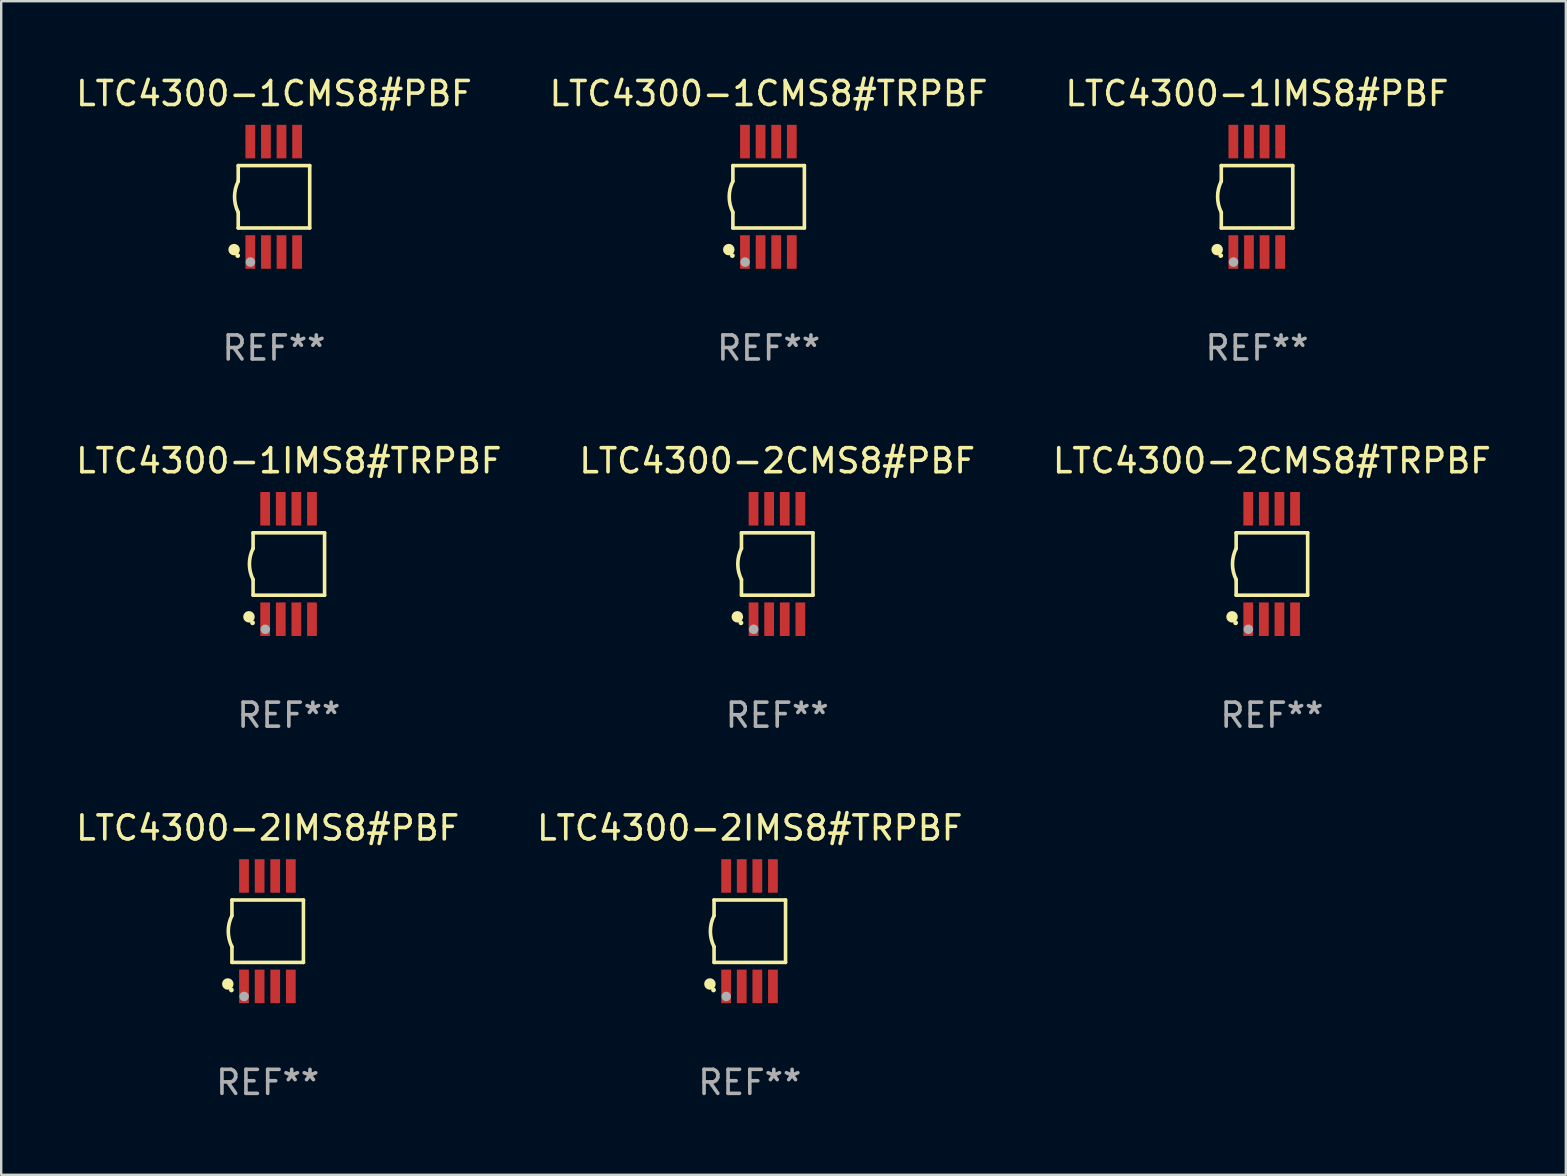
<source format=kicad_pcb>
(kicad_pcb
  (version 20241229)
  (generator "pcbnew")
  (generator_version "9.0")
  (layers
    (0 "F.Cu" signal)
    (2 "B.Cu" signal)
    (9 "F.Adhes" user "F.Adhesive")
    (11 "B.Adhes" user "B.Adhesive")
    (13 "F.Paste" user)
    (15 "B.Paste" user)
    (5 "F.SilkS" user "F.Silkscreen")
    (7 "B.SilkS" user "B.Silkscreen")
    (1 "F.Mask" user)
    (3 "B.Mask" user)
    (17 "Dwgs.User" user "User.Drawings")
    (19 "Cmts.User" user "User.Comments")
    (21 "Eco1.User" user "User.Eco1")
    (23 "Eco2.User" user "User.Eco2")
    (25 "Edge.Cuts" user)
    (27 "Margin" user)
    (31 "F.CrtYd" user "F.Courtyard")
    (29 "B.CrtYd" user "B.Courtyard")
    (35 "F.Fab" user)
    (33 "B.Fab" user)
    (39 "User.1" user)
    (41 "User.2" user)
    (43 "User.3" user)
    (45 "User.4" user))
  (footprint "LTC4300-1CMS8#PBF"
    (layer "F.Cu")
    (at 8.363 5.148)
    (property "Reference" "LTC4300-1CMS8#PBF" (at 0 -4.3 0) (layer "F.SilkS") (effects (font (size 1 1) (thickness 0.15))))
    (attr through_hole)
    (fp_line (start -1.489 -1.3) (end -1.489 -0.648) (stroke (width 0.15) (type solid)) (layer "F.SilkS"))
    (fp_line (start -1.489 0.648) (end -1.489 1.3) (stroke (width 0.15) (type solid)) (layer "F.SilkS"))
    (fp_line (start -1.489 1.3) (end 1.489 1.3) (stroke (width 0.15) (type solid)) (layer "F.SilkS"))
    (fp_line (start 1.489 -1.3) (end -1.489 -1.3) (stroke (width 0.15) (type solid)) (layer "F.SilkS"))
    (fp_line (start 1.489 1.3) (end 1.489 -1.3) (stroke (width 0.15) (type solid)) (layer "F.SilkS"))
    (fp_arc (start -1.489205 0.647702) (mid -1.642107 0) (end -1.489205 -0.647701) (stroke (width 0.150013) (type solid)) (layer "F.SilkS"))
    (fp_circle (center -1.661 2.2) (end -1.541 2.2) (stroke (width 0.24) (type solid)) (fill no) (layer "F.SilkS"))
    (fp_circle (center -1.511 2.45) (end -1.461 2.45) (stroke (width 0.1) (type solid)) (fill no) (layer "F.SilkS"))
    (fp_circle (center -0.981 2.72) (end -0.881 2.72) (stroke (width 0.2) (type solid)) (fill no) (layer "F.Fab"))
    (fp_text user "REF**" (at 0 6.3 0) (layer "F.Fab") (effects (font (size 1 1) (thickness 0.15))))
    (pad "1" smd rect (at -0.986 2.3) (size 0.406 1.397) (layers "F.Cu" "F.Mask" "F.Paste"))
    (pad "2" smd rect (at -0.336 2.3) (size 0.406 1.397) (layers "F.Cu" "F.Mask" "F.Paste"))
    (pad "3" smd rect (at 0.314 2.3) (size 0.406 1.397) (layers "F.Cu" "F.Mask" "F.Paste"))
    (pad "4" smd rect (at 0.964 2.3) (size 0.406 1.397) (layers "F.Cu" "F.Mask" "F.Paste"))
    (pad "5" smd rect (at 0.964 -2.3) (size 0.406 1.397) (layers "F.Cu" "F.Mask" "F.Paste"))
    (pad "6" smd rect (at 0.314 -2.3) (size 0.406 1.397) (layers "F.Cu" "F.Mask" "F.Paste"))
    (pad "7" smd rect (at -0.336 -2.3) (size 0.406 1.397) (layers "F.Cu" "F.Mask" "F.Paste"))
    (pad "8" smd rect (at -0.986 -2.3) (size 0.406 1.397) (layers "F.Cu" "F.Mask" "F.Paste")))
  (footprint "LTC4300-1IMS8#PBF"
    (layer "F.Cu")
    (at 49.315 5.148)
    (property "Reference" "LTC4300-1IMS8#PBF" (at 0 -4.3 0) (layer "F.SilkS") (effects (font (size 1 1) (thickness 0.15))))
    (attr through_hole)
    (fp_line (start -1.489 -1.3) (end -1.489 -0.648) (stroke (width 0.15) (type solid)) (layer "F.SilkS"))
    (fp_line (start -1.489 0.648) (end -1.489 1.3) (stroke (width 0.15) (type solid)) (layer "F.SilkS"))
    (fp_line (start -1.489 1.3) (end 1.489 1.3) (stroke (width 0.15) (type solid)) (layer "F.SilkS"))
    (fp_line (start 1.489 -1.3) (end -1.489 -1.3) (stroke (width 0.15) (type solid)) (layer "F.SilkS"))
    (fp_line (start 1.489 1.3) (end 1.489 -1.3) (stroke (width 0.15) (type solid)) (layer "F.SilkS"))
    (fp_arc (start -1.489205 0.647702) (mid -1.642107 0) (end -1.489205 -0.647701) (stroke (width 0.150013) (type solid)) (layer "F.SilkS"))
    (fp_circle (center -1.661 2.2) (end -1.541 2.2) (stroke (width 0.24) (type solid)) (fill no) (layer "F.SilkS"))
    (fp_circle (center -1.511 2.45) (end -1.461 2.45) (stroke (width 0.1) (type solid)) (fill no) (layer "F.SilkS"))
    (fp_circle (center -0.981 2.72) (end -0.881 2.72) (stroke (width 0.2) (type solid)) (fill no) (layer "F.Fab"))
    (fp_text user "REF**" (at 0 6.3 0) (layer "F.Fab") (effects (font (size 1 1) (thickness 0.15))))
    (pad "1" smd rect (at -0.986 2.3) (size 0.406 1.397) (layers "F.Cu" "F.Mask" "F.Paste"))
    (pad "2" smd rect (at -0.336 2.3) (size 0.406 1.397) (layers "F.Cu" "F.Mask" "F.Paste"))
    (pad "3" smd rect (at 0.314 2.3) (size 0.406 1.397) (layers "F.Cu" "F.Mask" "F.Paste"))
    (pad "4" smd rect (at 0.964 2.3) (size 0.406 1.397) (layers "F.Cu" "F.Mask" "F.Paste"))
    (pad "5" smd rect (at 0.964 -2.3) (size 0.406 1.397) (layers "F.Cu" "F.Mask" "F.Paste"))
    (pad "6" smd rect (at 0.314 -2.3) (size 0.406 1.397) (layers "F.Cu" "F.Mask" "F.Paste"))
    (pad "7" smd rect (at -0.336 -2.3) (size 0.406 1.397) (layers "F.Cu" "F.Mask" "F.Paste"))
    (pad "8" smd rect (at -0.986 -2.3) (size 0.406 1.397) (layers "F.Cu" "F.Mask" "F.Paste")))
  (footprint "LTC4300-1IMS8#TRPBF"
    (layer "F.Cu")
    (at 8.982 20.445)
    (property "Reference" "LTC4300-1IMS8#TRPBF" (at 0 -4.3 0) (layer "F.SilkS") (effects (font (size 1 1) (thickness 0.15))))
    (attr through_hole)
    (fp_line (start -1.489 -1.3) (end -1.489 -0.648) (stroke (width 0.15) (type solid)) (layer "F.SilkS"))
    (fp_line (start -1.489 0.648) (end -1.489 1.3) (stroke (width 0.15) (type solid)) (layer "F.SilkS"))
    (fp_line (start -1.489 1.3) (end 1.489 1.3) (stroke (width 0.15) (type solid)) (layer "F.SilkS"))
    (fp_line (start 1.489 -1.3) (end -1.489 -1.3) (stroke (width 0.15) (type solid)) (layer "F.SilkS"))
    (fp_line (start 1.489 1.3) (end 1.489 -1.3) (stroke (width 0.15) (type solid)) (layer "F.SilkS"))
    (fp_arc (start -1.489205 0.647702) (mid -1.642107 0) (end -1.489205 -0.647701) (stroke (width 0.150013) (type solid)) (layer "F.SilkS"))
    (fp_circle (center -1.661 2.2) (end -1.541 2.2) (stroke (width 0.24) (type solid)) (fill no) (layer "F.SilkS"))
    (fp_circle (center -1.511 2.45) (end -1.461 2.45) (stroke (width 0.1) (type solid)) (fill no) (layer "F.SilkS"))
    (fp_circle (center -0.981 2.72) (end -0.881 2.72) (stroke (width 0.2) (type solid)) (fill no) (layer "F.Fab"))
    (fp_text user "REF**" (at 0 6.3 0) (layer "F.Fab") (effects (font (size 1 1) (thickness 0.15))))
    (pad "1" smd rect (at -0.986 2.3) (size 0.406 1.397) (layers "F.Cu" "F.Mask" "F.Paste"))
    (pad "2" smd rect (at -0.336 2.3) (size 0.406 1.397) (layers "F.Cu" "F.Mask" "F.Paste"))
    (pad "3" smd rect (at 0.314 2.3) (size 0.406 1.397) (layers "F.Cu" "F.Mask" "F.Paste"))
    (pad "4" smd rect (at 0.964 2.3) (size 0.406 1.397) (layers "F.Cu" "F.Mask" "F.Paste"))
    (pad "5" smd rect (at 0.964 -2.3) (size 0.406 1.397) (layers "F.Cu" "F.Mask" "F.Paste"))
    (pad "6" smd rect (at 0.314 -2.3) (size 0.406 1.397) (layers "F.Cu" "F.Mask" "F.Paste"))
    (pad "7" smd rect (at -0.336 -2.3) (size 0.406 1.397) (layers "F.Cu" "F.Mask" "F.Paste"))
    (pad "8" smd rect (at -0.986 -2.3) (size 0.406 1.397) (layers "F.Cu" "F.Mask" "F.Paste")))
  (footprint "LTC4300-2CMS8#TRPBF"
    (layer "F.Cu")
    (at 49.935 20.445)
    (property "Reference" "LTC4300-2CMS8#TRPBF" (at 0 -4.3 0) (layer "F.SilkS") (effects (font (size 1 1) (thickness 0.15))))
    (attr through_hole)
    (fp_line (start -1.489 -1.3) (end -1.489 -0.648) (stroke (width 0.15) (type solid)) (layer "F.SilkS"))
    (fp_line (start -1.489 0.648) (end -1.489 1.3) (stroke (width 0.15) (type solid)) (layer "F.SilkS"))
    (fp_line (start -1.489 1.3) (end 1.489 1.3) (stroke (width 0.15) (type solid)) (layer "F.SilkS"))
    (fp_line (start 1.489 -1.3) (end -1.489 -1.3) (stroke (width 0.15) (type solid)) (layer "F.SilkS"))
    (fp_line (start 1.489 1.3) (end 1.489 -1.3) (stroke (width 0.15) (type solid)) (layer "F.SilkS"))
    (fp_arc (start -1.489205 0.647702) (mid -1.642107 0) (end -1.489205 -0.647701) (stroke (width 0.150013) (type solid)) (layer "F.SilkS"))
    (fp_circle (center -1.661 2.2) (end -1.541 2.2) (stroke (width 0.24) (type solid)) (fill no) (layer "F.SilkS"))
    (fp_circle (center -1.511 2.45) (end -1.461 2.45) (stroke (width 0.1) (type solid)) (fill no) (layer "F.SilkS"))
    (fp_circle (center -0.981 2.72) (end -0.881 2.72) (stroke (width 0.2) (type solid)) (fill no) (layer "F.Fab"))
    (fp_text user "REF**" (at 0 6.3 0) (layer "F.Fab") (effects (font (size 1 1) (thickness 0.15))))
    (pad "1" smd rect (at -0.986 2.3) (size 0.406 1.397) (layers "F.Cu" "F.Mask" "F.Paste"))
    (pad "2" smd rect (at -0.336 2.3) (size 0.406 1.397) (layers "F.Cu" "F.Mask" "F.Paste"))
    (pad "3" smd rect (at 0.314 2.3) (size 0.406 1.397) (layers "F.Cu" "F.Mask" "F.Paste"))
    (pad "4" smd rect (at 0.964 2.3) (size 0.406 1.397) (layers "F.Cu" "F.Mask" "F.Paste"))
    (pad "5" smd rect (at 0.964 -2.3) (size 0.406 1.397) (layers "F.Cu" "F.Mask" "F.Paste"))
    (pad "6" smd rect (at 0.314 -2.3) (size 0.406 1.397) (layers "F.Cu" "F.Mask" "F.Paste"))
    (pad "7" smd rect (at -0.336 -2.3) (size 0.406 1.397) (layers "F.Cu" "F.Mask" "F.Paste"))
    (pad "8" smd rect (at -0.986 -2.3) (size 0.406 1.397) (layers "F.Cu" "F.Mask" "F.Paste")))
  (footprint "LTC4300-2IMS8#PBF"
    (layer "F.Cu")
    (at 8.101 35.741)
    (property "Reference" "LTC4300-2IMS8#PBF" (at 0 -4.3 0) (layer "F.SilkS") (effects (font (size 1 1) (thickness 0.15))))
    (attr through_hole)
    (fp_line (start -1.489 -1.3) (end -1.489 -0.648) (stroke (width 0.15) (type solid)) (layer "F.SilkS"))
    (fp_line (start -1.489 0.648) (end -1.489 1.3) (stroke (width 0.15) (type solid)) (layer "F.SilkS"))
    (fp_line (start -1.489 1.3) (end 1.489 1.3) (stroke (width 0.15) (type solid)) (layer "F.SilkS"))
    (fp_line (start 1.489 -1.3) (end -1.489 -1.3) (stroke (width 0.15) (type solid)) (layer "F.SilkS"))
    (fp_line (start 1.489 1.3) (end 1.489 -1.3) (stroke (width 0.15) (type solid)) (layer "F.SilkS"))
    (fp_arc (start -1.489205 0.647702) (mid -1.642107 0) (end -1.489205 -0.647701) (stroke (width 0.150013) (type solid)) (layer "F.SilkS"))
    (fp_circle (center -1.661 2.2) (end -1.541 2.2) (stroke (width 0.24) (type solid)) (fill no) (layer "F.SilkS"))
    (fp_circle (center -1.511 2.45) (end -1.461 2.45) (stroke (width 0.1) (type solid)) (fill no) (layer "F.SilkS"))
    (fp_circle (center -0.981 2.72) (end -0.881 2.72) (stroke (width 0.2) (type solid)) (fill no) (layer "F.Fab"))
    (fp_text user "REF**" (at 0 6.3 0) (layer "F.Fab") (effects (font (size 1 1) (thickness 0.15))))
    (pad "1" smd rect (at -0.986 2.3) (size 0.406 1.397) (layers "F.Cu" "F.Mask" "F.Paste"))
    (pad "2" smd rect (at -0.336 2.3) (size 0.406 1.397) (layers "F.Cu" "F.Mask" "F.Paste"))
    (pad "3" smd rect (at 0.314 2.3) (size 0.406 1.397) (layers "F.Cu" "F.Mask" "F.Paste"))
    (pad "4" smd rect (at 0.964 2.3) (size 0.406 1.397) (layers "F.Cu" "F.Mask" "F.Paste"))
    (pad "5" smd rect (at 0.964 -2.3) (size 0.406 1.397) (layers "F.Cu" "F.Mask" "F.Paste"))
    (pad "6" smd rect (at 0.314 -2.3) (size 0.406 1.397) (layers "F.Cu" "F.Mask" "F.Paste"))
    (pad "7" smd rect (at -0.336 -2.3) (size 0.406 1.397) (layers "F.Cu" "F.Mask" "F.Paste"))
    (pad "8" smd rect (at -0.986 -2.3) (size 0.406 1.397) (layers "F.Cu" "F.Mask" "F.Paste")))
  (footprint "LTC4300-2CMS8#PBF"
    (layer "F.Cu")
    (at 29.327 20.445)
    (property "Reference" "LTC4300-2CMS8#PBF" (at 0 -4.3 0) (layer "F.SilkS") (effects (font (size 1 1) (thickness 0.15))))
    (attr through_hole)
    (fp_line (start -1.489 -1.3) (end -1.489 -0.648) (stroke (width 0.15) (type solid)) (layer "F.SilkS"))
    (fp_line (start -1.489 0.648) (end -1.489 1.3) (stroke (width 0.15) (type solid)) (layer "F.SilkS"))
    (fp_line (start -1.489 1.3) (end 1.489 1.3) (stroke (width 0.15) (type solid)) (layer "F.SilkS"))
    (fp_line (start 1.489 -1.3) (end -1.489 -1.3) (stroke (width 0.15) (type solid)) (layer "F.SilkS"))
    (fp_line (start 1.489 1.3) (end 1.489 -1.3) (stroke (width 0.15) (type solid)) (layer "F.SilkS"))
    (fp_arc (start -1.489205 0.647702) (mid -1.642107 0) (end -1.489205 -0.647701) (stroke (width 0.150013) (type solid)) (layer "F.SilkS"))
    (fp_circle (center -1.661 2.2) (end -1.541 2.2) (stroke (width 0.24) (type solid)) (fill no) (layer "F.SilkS"))
    (fp_circle (center -1.511 2.45) (end -1.461 2.45) (stroke (width 0.1) (type solid)) (fill no) (layer "F.SilkS"))
    (fp_circle (center -0.981 2.72) (end -0.881 2.72) (stroke (width 0.2) (type solid)) (fill no) (layer "F.Fab"))
    (fp_text user "REF**" (at 0 6.3 0) (layer "F.Fab") (effects (font (size 1 1) (thickness 0.15))))
    (pad "1" smd rect (at -0.986 2.3) (size 0.406 1.397) (layers "F.Cu" "F.Mask" "F.Paste"))
    (pad "2" smd rect (at -0.336 2.3) (size 0.406 1.397) (layers "F.Cu" "F.Mask" "F.Paste"))
    (pad "3" smd rect (at 0.314 2.3) (size 0.406 1.397) (layers "F.Cu" "F.Mask" "F.Paste"))
    (pad "4" smd rect (at 0.964 2.3) (size 0.406 1.397) (layers "F.Cu" "F.Mask" "F.Paste"))
    (pad "5" smd rect (at 0.964 -2.3) (size 0.406 1.397) (layers "F.Cu" "F.Mask" "F.Paste"))
    (pad "6" smd rect (at 0.314 -2.3) (size 0.406 1.397) (layers "F.Cu" "F.Mask" "F.Paste"))
    (pad "7" smd rect (at -0.336 -2.3) (size 0.406 1.397) (layers "F.Cu" "F.Mask" "F.Paste"))
    (pad "8" smd rect (at -0.986 -2.3) (size 0.406 1.397) (layers "F.Cu" "F.Mask" "F.Paste")))
  (footprint "LTC4300-1CMS8#TRPBF"
    (layer "F.Cu")
    (at 28.97 5.148)
    (property "Reference" "LTC4300-1CMS8#TRPBF" (at 0 -4.3 0) (layer "F.SilkS") (effects (font (size 1 1) (thickness 0.15))))
    (attr through_hole)
    (fp_line (start -1.489 -1.3) (end -1.489 -0.648) (stroke (width 0.15) (type solid)) (layer "F.SilkS"))
    (fp_line (start -1.489 0.648) (end -1.489 1.3) (stroke (width 0.15) (type solid)) (layer "F.SilkS"))
    (fp_line (start -1.489 1.3) (end 1.489 1.3) (stroke (width 0.15) (type solid)) (layer "F.SilkS"))
    (fp_line (start 1.489 -1.3) (end -1.489 -1.3) (stroke (width 0.15) (type solid)) (layer "F.SilkS"))
    (fp_line (start 1.489 1.3) (end 1.489 -1.3) (stroke (width 0.15) (type solid)) (layer "F.SilkS"))
    (fp_arc (start -1.489205 0.647702) (mid -1.642107 0) (end -1.489205 -0.647701) (stroke (width 0.150013) (type solid)) (layer "F.SilkS"))
    (fp_circle (center -1.661 2.2) (end -1.541 2.2) (stroke (width 0.24) (type solid)) (fill no) (layer "F.SilkS"))
    (fp_circle (center -1.511 2.45) (end -1.461 2.45) (stroke (width 0.1) (type solid)) (fill no) (layer "F.SilkS"))
    (fp_circle (center -0.981 2.72) (end -0.881 2.72) (stroke (width 0.2) (type solid)) (fill no) (layer "F.Fab"))
    (fp_text user "REF**" (at 0 6.3 0) (layer "F.Fab") (effects (font (size 1 1) (thickness 0.15))))
    (pad "1" smd rect (at -0.986 2.3) (size 0.406 1.397) (layers "F.Cu" "F.Mask" "F.Paste"))
    (pad "2" smd rect (at -0.336 2.3) (size 0.406 1.397) (layers "F.Cu" "F.Mask" "F.Paste"))
    (pad "3" smd rect (at 0.314 2.3) (size 0.406 1.397) (layers "F.Cu" "F.Mask" "F.Paste"))
    (pad "4" smd rect (at 0.964 2.3) (size 0.406 1.397) (layers "F.Cu" "F.Mask" "F.Paste"))
    (pad "5" smd rect (at 0.964 -2.3) (size 0.406 1.397) (layers "F.Cu" "F.Mask" "F.Paste"))
    (pad "6" smd rect (at 0.314 -2.3) (size 0.406 1.397) (layers "F.Cu" "F.Mask" "F.Paste"))
    (pad "7" smd rect (at -0.336 -2.3) (size 0.406 1.397) (layers "F.Cu" "F.Mask" "F.Paste"))
    (pad "8" smd rect (at -0.986 -2.3) (size 0.406 1.397) (layers "F.Cu" "F.Mask" "F.Paste")))
  (footprint "LTC4300-2IMS8#TRPBF"
    (layer "F.Cu")
    (at 28.185 35.741)
    (property "Reference" "LTC4300-2IMS8#TRPBF" (at 0 -4.3 0) (layer "F.SilkS") (effects (font (size 1 1) (thickness 0.15))))
    (attr through_hole)
    (fp_line (start -1.489 -1.3) (end -1.489 -0.648) (stroke (width 0.15) (type solid)) (layer "F.SilkS"))
    (fp_line (start -1.489 0.648) (end -1.489 1.3) (stroke (width 0.15) (type solid)) (layer "F.SilkS"))
    (fp_line (start -1.489 1.3) (end 1.489 1.3) (stroke (width 0.15) (type solid)) (layer "F.SilkS"))
    (fp_line (start 1.489 -1.3) (end -1.489 -1.3) (stroke (width 0.15) (type solid)) (layer "F.SilkS"))
    (fp_line (start 1.489 1.3) (end 1.489 -1.3) (stroke (width 0.15) (type solid)) (layer "F.SilkS"))
    (fp_arc (start -1.489205 0.647702) (mid -1.642107 0) (end -1.489205 -0.647701) (stroke (width 0.150013) (type solid)) (layer "F.SilkS"))
    (fp_circle (center -1.661 2.2) (end -1.541 2.2) (stroke (width 0.24) (type solid)) (fill no) (layer "F.SilkS"))
    (fp_circle (center -1.511 2.45) (end -1.461 2.45) (stroke (width 0.1) (type solid)) (fill no) (layer "F.SilkS"))
    (fp_circle (center -0.981 2.72) (end -0.881 2.72) (stroke (width 0.2) (type solid)) (fill no) (layer "F.Fab"))
    (fp_text user "REF**" (at 0 6.3 0) (layer "F.Fab") (effects (font (size 1 1) (thickness 0.15))))
    (pad "1" smd rect (at -0.986 2.3) (size 0.406 1.397) (layers "F.Cu" "F.Mask" "F.Paste"))
    (pad "2" smd rect (at -0.336 2.3) (size 0.406 1.397) (layers "F.Cu" "F.Mask" "F.Paste"))
    (pad "3" smd rect (at 0.314 2.3) (size 0.406 1.397) (layers "F.Cu" "F.Mask" "F.Paste"))
    (pad "4" smd rect (at 0.964 2.3) (size 0.406 1.397) (layers "F.Cu" "F.Mask" "F.Paste"))
    (pad "5" smd rect (at 0.964 -2.3) (size 0.406 1.397) (layers "F.Cu" "F.Mask" "F.Paste"))
    (pad "6" smd rect (at 0.314 -2.3) (size 0.406 1.397) (layers "F.Cu" "F.Mask" "F.Paste"))
    (pad "7" smd rect (at -0.336 -2.3) (size 0.406 1.397) (layers "F.Cu" "F.Mask" "F.Paste"))
    (pad "8" smd rect (at -0.986 -2.3) (size 0.406 1.397) (layers "F.Cu" "F.Mask" "F.Paste")))
  (gr_rect
    (start -3 -3)
    (end 62.179 45.889)
    (stroke (width 0.1) (type default))
    (fill no)
    (layer "Edge.Cuts")))
</source>
